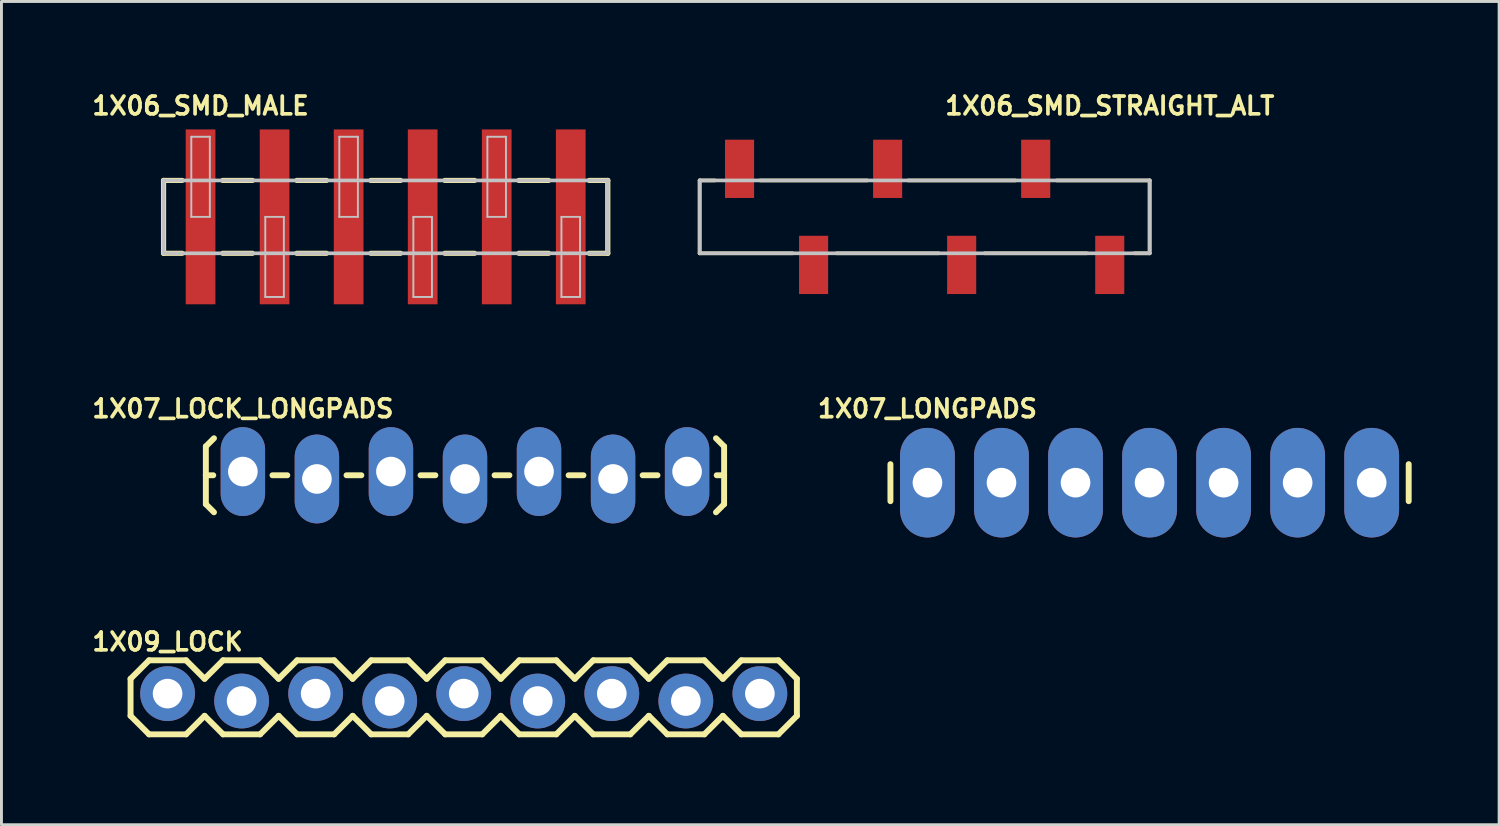
<source format=kicad_pcb>
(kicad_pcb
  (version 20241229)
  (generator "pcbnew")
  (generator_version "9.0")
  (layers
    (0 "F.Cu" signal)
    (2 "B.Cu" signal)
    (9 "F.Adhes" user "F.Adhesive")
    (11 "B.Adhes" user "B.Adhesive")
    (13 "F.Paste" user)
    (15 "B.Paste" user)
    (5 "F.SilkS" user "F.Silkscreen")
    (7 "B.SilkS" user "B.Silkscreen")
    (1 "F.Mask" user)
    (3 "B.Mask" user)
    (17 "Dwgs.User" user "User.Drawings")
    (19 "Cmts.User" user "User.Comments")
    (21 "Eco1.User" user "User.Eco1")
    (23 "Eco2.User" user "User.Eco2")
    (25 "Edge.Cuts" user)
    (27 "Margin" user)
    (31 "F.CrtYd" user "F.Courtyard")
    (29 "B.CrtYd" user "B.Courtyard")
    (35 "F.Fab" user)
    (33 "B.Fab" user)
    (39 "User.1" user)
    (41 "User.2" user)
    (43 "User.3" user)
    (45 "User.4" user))
  (footprint "1X09_LOCK"
    (layer "F.Cu")
    (at 2.699 20.873)
    (property "Reference" "1X09_LOCK" (at 0 -1.905 0) (layer "F.SilkS") (effects (font (size 0.61 0.61) (thickness 0.127))))
    (attr exclude_from_pos_files exclude_from_bom)
    (fp_line (start -1.27 -0.635) (end -1.27 0.635) (stroke (width 0.203) (type solid)) (layer "F.SilkS"))
    (fp_line (start -1.27 0.635) (end -0.635 1.27) (stroke (width 0.203) (type solid)) (layer "F.SilkS"))
    (fp_line (start -0.635 -1.27) (end -1.27 -0.635) (stroke (width 0.203) (type solid)) (layer "F.SilkS"))
    (fp_line (start -0.635 -1.27) (end 0.635 -1.27) (stroke (width 0.203) (type solid)) (layer "F.SilkS"))
    (fp_line (start 0.635 -1.27) (end 1.27 -0.635) (stroke (width 0.203) (type solid)) (layer "F.SilkS"))
    (fp_line (start 0.635 1.27) (end -0.635 1.27) (stroke (width 0.203) (type solid)) (layer "F.SilkS"))
    (fp_line (start 1.27 -0.635) (end 1.905 -1.27) (stroke (width 0.203) (type solid)) (layer "F.SilkS"))
    (fp_line (start 1.27 0.635) (end 0.635 1.27) (stroke (width 0.203) (type solid)) (layer "F.SilkS"))
    (fp_line (start 1.905 -1.27) (end 3.175 -1.27) (stroke (width 0.203) (type solid)) (layer "F.SilkS"))
    (fp_line (start 1.905 1.27) (end 1.27 0.635) (stroke (width 0.203) (type solid)) (layer "F.SilkS"))
    (fp_line (start 3.175 -1.27) (end 3.81 -0.635) (stroke (width 0.203) (type solid)) (layer "F.SilkS"))
    (fp_line (start 3.175 1.27) (end 1.905 1.27) (stroke (width 0.203) (type solid)) (layer "F.SilkS"))
    (fp_line (start 3.81 -0.635) (end 4.445 -1.27) (stroke (width 0.203) (type solid)) (layer "F.SilkS"))
    (fp_line (start 3.81 0.635) (end 3.175 1.27) (stroke (width 0.203) (type solid)) (layer "F.SilkS"))
    (fp_line (start 4.445 -1.27) (end 5.715 -1.27) (stroke (width 0.203) (type solid)) (layer "F.SilkS"))
    (fp_line (start 4.445 1.27) (end 3.81 0.635) (stroke (width 0.203) (type solid)) (layer "F.SilkS"))
    (fp_line (start 5.715 -1.27) (end 6.35 -0.635) (stroke (width 0.203) (type solid)) (layer "F.SilkS"))
    (fp_line (start 5.715 1.27) (end 4.445 1.27) (stroke (width 0.203) (type solid)) (layer "F.SilkS"))
    (fp_line (start 6.35 0.635) (end 5.715 1.27) (stroke (width 0.203) (type solid)) (layer "F.SilkS"))
    (fp_line (start 6.35 0.635) (end 6.985 1.27) (stroke (width 0.203) (type solid)) (layer "F.SilkS"))
    (fp_line (start 6.985 -1.27) (end 6.35 -0.635) (stroke (width 0.203) (type solid)) (layer "F.SilkS"))
    (fp_line (start 6.985 -1.27) (end 8.255 -1.27) (stroke (width 0.203) (type solid)) (layer "F.SilkS"))
    (fp_line (start 8.255 -1.27) (end 8.89 -0.635) (stroke (width 0.203) (type solid)) (layer "F.SilkS"))
    (fp_line (start 8.255 1.27) (end 6.985 1.27) (stroke (width 0.203) (type solid)) (layer "F.SilkS"))
    (fp_line (start 8.89 -0.635) (end 9.525 -1.27) (stroke (width 0.203) (type solid)) (layer "F.SilkS"))
    (fp_line (start 8.89 0.635) (end 8.255 1.27) (stroke (width 0.203) (type solid)) (layer "F.SilkS"))
    (fp_line (start 9.525 -1.27) (end 10.795 -1.27) (stroke (width 0.203) (type solid)) (layer "F.SilkS"))
    (fp_line (start 9.525 1.27) (end 8.89 0.635) (stroke (width 0.203) (type solid)) (layer "F.SilkS"))
    (fp_line (start 10.795 -1.27) (end 11.43 -0.635) (stroke (width 0.203) (type solid)) (layer "F.SilkS"))
    (fp_line (start 10.795 1.27) (end 9.525 1.27) (stroke (width 0.203) (type solid)) (layer "F.SilkS"))
    (fp_line (start 11.43 -0.635) (end 12.065 -1.27) (stroke (width 0.203) (type solid)) (layer "F.SilkS"))
    (fp_line (start 11.43 0.635) (end 10.795 1.27) (stroke (width 0.203) (type solid)) (layer "F.SilkS"))
    (fp_line (start 12.065 -1.27) (end 13.335 -1.27) (stroke (width 0.203) (type solid)) (layer "F.SilkS"))
    (fp_line (start 12.065 1.27) (end 11.43 0.635) (stroke (width 0.203) (type solid)) (layer "F.SilkS"))
    (fp_line (start 13.335 -1.27) (end 13.97 -0.635) (stroke (width 0.203) (type solid)) (layer "F.SilkS"))
    (fp_line (start 13.335 1.27) (end 12.065 1.27) (stroke (width 0.203) (type solid)) (layer "F.SilkS"))
    (fp_line (start 13.97 0.635) (end 13.335 1.27) (stroke (width 0.203) (type solid)) (layer "F.SilkS"))
    (fp_line (start 13.97 0.635) (end 14.605 1.27) (stroke (width 0.203) (type solid)) (layer "F.SilkS"))
    (fp_line (start 14.605 -1.27) (end 13.97 -0.635) (stroke (width 0.203) (type solid)) (layer "F.SilkS"))
    (fp_line (start 14.605 -1.27) (end 15.875 -1.27) (stroke (width 0.203) (type solid)) (layer "F.SilkS"))
    (fp_line (start 15.875 -1.27) (end 16.51 -0.635) (stroke (width 0.203) (type solid)) (layer "F.SilkS"))
    (fp_line (start 15.875 1.27) (end 14.605 1.27) (stroke (width 0.203) (type solid)) (layer "F.SilkS"))
    (fp_line (start 16.51 0.635) (end 15.875 1.27) (stroke (width 0.203) (type solid)) (layer "F.SilkS"))
    (fp_line (start 16.51 0.635) (end 17.145 1.27) (stroke (width 0.203) (type solid)) (layer "F.SilkS"))
    (fp_line (start 17.145 -1.27) (end 16.51 -0.635) (stroke (width 0.203) (type solid)) (layer "F.SilkS"))
    (fp_line (start 17.145 -1.27) (end 18.415 -1.27) (stroke (width 0.203) (type solid)) (layer "F.SilkS"))
    (fp_line (start 18.415 -1.27) (end 19.05 -0.635) (stroke (width 0.203) (type solid)) (layer "F.SilkS"))
    (fp_line (start 18.415 1.27) (end 17.145 1.27) (stroke (width 0.203) (type solid)) (layer "F.SilkS"))
    (fp_line (start 19.05 0.635) (end 18.415 1.27) (stroke (width 0.203) (type solid)) (layer "F.SilkS"))
    (fp_line (start 19.05 0.635) (end 19.685 1.27) (stroke (width 0.203) (type solid)) (layer "F.SilkS"))
    (fp_line (start 19.685 -1.27) (end 19.05 -0.635) (stroke (width 0.203) (type solid)) (layer "F.SilkS"))
    (fp_line (start 19.685 -1.27) (end 20.955 -1.27) (stroke (width 0.203) (type solid)) (layer "F.SilkS"))
    (fp_line (start 20.955 -1.27) (end 21.59 -0.635) (stroke (width 0.203) (type solid)) (layer "F.SilkS"))
    (fp_line (start 20.955 1.27) (end 19.685 1.27) (stroke (width 0.203) (type solid)) (layer "F.SilkS"))
    (fp_line (start 21.59 -0.635) (end 21.59 0.635) (stroke (width 0.203) (type solid)) (layer "F.SilkS"))
    (fp_line (start 21.59 0.635) (end 20.955 1.27) (stroke (width 0.203) (type solid)) (layer "F.SilkS"))
    (pad "1" thru_hole circle (at 0 -0.127) (size 1.88 1.88) (drill 1.016) (layers "*.Cu" "*.Mask"))
    (pad "2" thru_hole circle (at 2.54 0.127) (size 1.88 1.88) (drill 1.016) (layers "*.Cu" "*.Mask"))
    (pad "3" thru_hole circle (at 5.08 -0.127) (size 1.88 1.88) (drill 1.016) (layers "*.Cu" "*.Mask"))
    (pad "4" thru_hole circle (at 7.62 0.127) (size 1.88 1.88) (drill 1.016) (layers "*.Cu" "*.Mask"))
    (pad "5" thru_hole circle (at 10.16 -0.127) (size 1.88 1.88) (drill 1.016) (layers "*.Cu" "*.Mask"))
    (pad "6" thru_hole circle (at 12.7 0.127) (size 1.88 1.88) (drill 1.016) (layers "*.Cu" "*.Mask"))
    (pad "7" thru_hole circle (at 15.24 -0.127) (size 1.88 1.88) (drill 1.016) (layers "*.Cu" "*.Mask"))
    (pad "8" thru_hole circle (at 17.78 0.127) (size 1.88 1.88) (drill 1.016) (layers "*.Cu" "*.Mask"))
    (pad "9" thru_hole circle (at 20.32 -0.127) (size 1.88 1.88) (drill 1.016) (layers "*.Cu" "*.Mask")))
  (footprint "1X07_LONGPADS"
    (layer "F.Cu")
    (at 28.768 13.509)
    (property "Reference" "1X07_LONGPADS" (at 0 -2.54 0) (layer "F.SilkS") (effects (font (size 0.61 0.61) (thickness 0.127))))
    (attr exclude_from_pos_files exclude_from_bom)
    (fp_line (start -1.27 -0.635) (end -1.27 0.635) (stroke (width 0.203) (type solid)) (layer "F.SilkS"))
    (fp_line (start 16.51 -0.635) (end 16.51 0.635) (stroke (width 0.203) (type solid)) (layer "F.SilkS"))
    (pad "1" thru_hole oval (at 0 0 180) (size 1.88 3.759) (drill 1.016) (layers "*.Cu" "*.Mask"))
    (pad "2" thru_hole oval (at 2.54 0 180) (size 1.88 3.759) (drill 1.016) (layers "*.Cu" "*.Mask"))
    (pad "3" thru_hole oval (at 5.08 0 180) (size 1.88 3.759) (drill 1.016) (layers "*.Cu" "*.Mask"))
    (pad "4" thru_hole oval (at 7.62 0 180) (size 1.88 3.759) (drill 1.016) (layers "*.Cu" "*.Mask"))
    (pad "5" thru_hole oval (at 10.16 0 180) (size 1.88 3.759) (drill 1.016) (layers "*.Cu" "*.Mask"))
    (pad "6" thru_hole oval (at 12.7 0 180) (size 1.88 3.759) (drill 1.016) (layers "*.Cu" "*.Mask"))
    (pad "7" thru_hole oval (at 15.24 0 180) (size 1.88 3.759) (drill 1.016) (layers "*.Cu" "*.Mask")))
  (footprint "1X06_SMD_STRAIGHT_ALT"
    (layer "F.Cu")
    (at 35.022 4.39)
    (property "Reference" "1X06_SMD_STRAIGHT_ALT" (at 0 -3.81 0) (layer "F.SilkS") (effects (font (size 0.61 0.61) (thickness 0.127))))
    (attr smd)
    (fp_line (start -14.069 -1.25) (end -14.069 1.25) (stroke (width 0.127) (type solid)) (layer "F.SilkS"))
    (fp_line (start -14.069 1.25) (end -10.881 1.25) (stroke (width 0.127) (type solid)) (layer "F.SilkS"))
    (fp_line (start -13.548 -1.25) (end -14.069 -1.25) (stroke (width 0.127) (type solid)) (layer "F.SilkS"))
    (fp_line (start -9.37 1.25) (end -5.867 1.25) (stroke (width 0.127) (type solid)) (layer "F.SilkS"))
    (fp_line (start -8.321 -1.25) (end -11.996 -1.25) (stroke (width 0.127) (type solid)) (layer "F.SilkS"))
    (fp_line (start -4.29 1.25) (end -0.787 1.25) (stroke (width 0.127) (type solid)) (layer "F.SilkS"))
    (fp_line (start -3.241 -1.25) (end -6.916 -1.25) (stroke (width 0.127) (type solid)) (layer "F.SilkS"))
    (fp_line (start 0.848 1.25) (end 1.369 1.25) (stroke (width 0.127) (type solid)) (layer "F.SilkS"))
    (fp_line (start 1.369 -1.25) (end -1.816 -1.25) (stroke (width 0.127) (type solid)) (layer "F.SilkS"))
    (fp_line (start 1.369 1.25) (end 1.369 -1.25) (stroke (width 0.127) (type solid)) (layer "F.SilkS"))
    (fp_line (start -14.069 -1.25) (end -14.069 1.25) (stroke (width 0.127) (type solid)) (layer "Dwgs.User"))
    (fp_line (start -14.069 1.25) (end 1.369 1.25) (stroke (width 0.127) (type solid)) (layer "Dwgs.User"))
    (fp_line (start 1.369 -1.25) (end -14.069 -1.25) (stroke (width 0.127) (type solid)) (layer "Dwgs.User"))
    (fp_line (start 1.369 1.25) (end 1.369 -1.25) (stroke (width 0.127) (type solid)) (layer "Dwgs.User"))
    (pad "1" smd rect (at 0 1.648 270) (size 1.999 0.998) (layers "F.Cu" "F.Mask" "F.Paste"))
    (pad "2" smd rect (at -2.54 -1.648 270) (size 1.999 0.998) (layers "F.Cu" "F.Mask" "F.Paste"))
    (pad "3" smd rect (at -5.08 1.648 270) (size 1.999 0.998) (layers "F.Cu" "F.Mask" "F.Paste"))
    (pad "4" smd rect (at -7.62 -1.648 270) (size 1.999 0.998) (layers "F.Cu" "F.Mask" "F.Paste"))
    (pad "5" smd rect (at -10.16 1.648 270) (size 1.999 0.998) (layers "F.Cu" "F.Mask" "F.Paste"))
    (pad "6" smd rect (at -12.7 -1.648 270) (size 1.999 0.998) (layers "F.Cu" "F.Mask" "F.Paste")))
  (footprint "1X06_SMD_MALE"
    (layer "F.Cu")
    (at 3.831 4.39)
    (property "Reference" "1X06_SMD_MALE" (at 0 -3.81 0) (layer "F.SilkS") (effects (font (size 0.61 0.61) (thickness 0.127))))
    (attr smd)
    (fp_line (start -1.27 -1.25) (end -1.27 1.25) (stroke (width 0.178) (type solid)) (layer "F.SilkS"))
    (fp_line (start -1.27 -1.25) (end -0.635 -1.25) (stroke (width 0.178) (type solid)) (layer "F.SilkS"))
    (fp_line (start -1.27 1.25) (end -0.635 1.25) (stroke (width 0.178) (type solid)) (layer "F.SilkS"))
    (fp_line (start 0.762 -1.25) (end 1.778 -1.25) (stroke (width 0.178) (type solid)) (layer "F.SilkS"))
    (fp_line (start 1.778 1.25) (end 0.762 1.25) (stroke (width 0.178) (type solid)) (layer "F.SilkS"))
    (fp_line (start 3.302 -1.25) (end 4.318 -1.25) (stroke (width 0.178) (type solid)) (layer "F.SilkS"))
    (fp_line (start 4.318 1.25) (end 3.302 1.25) (stroke (width 0.178) (type solid)) (layer "F.SilkS"))
    (fp_line (start 5.842 -1.25) (end 6.858 -1.25) (stroke (width 0.178) (type solid)) (layer "F.SilkS"))
    (fp_line (start 6.858 1.25) (end 5.842 1.25) (stroke (width 0.178) (type solid)) (layer "F.SilkS"))
    (fp_line (start 8.382 -1.25) (end 9.398 -1.25) (stroke (width 0.178) (type solid)) (layer "F.SilkS"))
    (fp_line (start 9.398 1.25) (end 8.382 1.25) (stroke (width 0.178) (type solid)) (layer "F.SilkS"))
    (fp_line (start 10.922 -1.25) (end 11.938 -1.25) (stroke (width 0.178) (type solid)) (layer "F.SilkS"))
    (fp_line (start 11.938 1.25) (end 10.922 1.25) (stroke (width 0.178) (type solid)) (layer "F.SilkS"))
    (fp_line (start 13.97 -1.25) (end 13.335 -1.25) (stroke (width 0.178) (type solid)) (layer "F.SilkS"))
    (fp_line (start 13.97 1.25) (end 13.335 1.25) (stroke (width 0.178) (type solid)) (layer "F.SilkS"))
    (fp_line (start 13.97 1.25) (end 13.97 -1.25) (stroke (width 0.178) (type solid)) (layer "F.SilkS"))
    (fp_line (start -1.27 -1.25) (end -1.27 1.25) (stroke (width 0.127) (type solid)) (layer "Dwgs.User"))
    (fp_line (start -1.27 1.25) (end 13.97 1.25) (stroke (width 0.127) (type solid)) (layer "Dwgs.User"))
    (fp_line (start -0.318 -2.748) (end 0.318 -2.748) (stroke (width 0.066) (type solid)) (layer "Dwgs.User"))
    (fp_line (start -0.318 0) (end -0.318 -2.748) (stroke (width 0.066) (type solid)) (layer "Dwgs.User"))
    (fp_line (start -0.318 0) (end 0.318 0) (stroke (width 0.066) (type solid)) (layer "Dwgs.User"))
    (fp_line (start 0.318 0) (end 0.318 -2.748) (stroke (width 0.066) (type solid)) (layer "Dwgs.User"))
    (fp_line (start 2.22 0) (end 2.857 0) (stroke (width 0.066) (type solid)) (layer "Dwgs.User"))
    (fp_line (start 2.22 2.748) (end 2.22 0) (stroke (width 0.066) (type solid)) (layer "Dwgs.User"))
    (fp_line (start 2.22 2.748) (end 2.857 2.748) (stroke (width 0.066) (type solid)) (layer "Dwgs.User"))
    (fp_line (start 2.857 2.748) (end 2.857 0) (stroke (width 0.066) (type solid)) (layer "Dwgs.User"))
    (fp_line (start 4.76 -2.748) (end 5.397 -2.748) (stroke (width 0.066) (type solid)) (layer "Dwgs.User"))
    (fp_line (start 4.76 0) (end 4.76 -2.748) (stroke (width 0.066) (type solid)) (layer "Dwgs.User"))
    (fp_line (start 4.76 0) (end 5.397 0) (stroke (width 0.066) (type solid)) (layer "Dwgs.User"))
    (fp_line (start 5.397 0) (end 5.397 -2.748) (stroke (width 0.066) (type solid)) (layer "Dwgs.User"))
    (fp_line (start 7.3 0) (end 7.938 0) (stroke (width 0.066) (type solid)) (layer "Dwgs.User"))
    (fp_line (start 7.3 2.748) (end 7.3 0) (stroke (width 0.066) (type solid)) (layer "Dwgs.User"))
    (fp_line (start 7.3 2.748) (end 7.938 2.748) (stroke (width 0.066) (type solid)) (layer "Dwgs.User"))
    (fp_line (start 7.938 2.748) (end 7.938 0) (stroke (width 0.066) (type solid)) (layer "Dwgs.User"))
    (fp_line (start 9.84 -2.748) (end 10.477 -2.748) (stroke (width 0.066) (type solid)) (layer "Dwgs.User"))
    (fp_line (start 9.84 0) (end 9.84 -2.748) (stroke (width 0.066) (type solid)) (layer "Dwgs.User"))
    (fp_line (start 9.84 0) (end 10.477 0) (stroke (width 0.066) (type solid)) (layer "Dwgs.User"))
    (fp_line (start 10.477 0) (end 10.477 -2.748) (stroke (width 0.066) (type solid)) (layer "Dwgs.User"))
    (fp_line (start 12.38 0) (end 13.018 0) (stroke (width 0.066) (type solid)) (layer "Dwgs.User"))
    (fp_line (start 12.38 2.748) (end 12.38 0) (stroke (width 0.066) (type solid)) (layer "Dwgs.User"))
    (fp_line (start 12.38 2.748) (end 13.018 2.748) (stroke (width 0.066) (type solid)) (layer "Dwgs.User"))
    (fp_line (start 13.018 2.748) (end 13.018 0) (stroke (width 0.066) (type solid)) (layer "Dwgs.User"))
    (fp_line (start 13.97 -1.25) (end -1.27 -1.25) (stroke (width 0.127) (type solid)) (layer "Dwgs.User"))
    (fp_line (start 13.97 1.25) (end 13.97 -1.25) (stroke (width 0.127) (type solid)) (layer "Dwgs.User"))
    (pad "1" smd rect (at 0 0) (size 1.019 5.999) (layers "F.Cu" "F.Mask" "F.Paste"))
    (pad "2" smd rect (at 2.54 0) (size 1.019 5.999) (layers "F.Cu" "F.Mask" "F.Paste"))
    (pad "3" smd rect (at 5.08 0) (size 1.019 5.999) (layers "F.Cu" "F.Mask" "F.Paste"))
    (pad "4" smd rect (at 7.62 0) (size 1.019 5.999) (layers "F.Cu" "F.Mask" "F.Paste"))
    (pad "5" smd rect (at 10.16 0) (size 1.019 5.999) (layers "F.Cu" "F.Mask" "F.Paste"))
    (pad "6" smd rect (at 12.7 0) (size 1.019 5.999) (layers "F.Cu" "F.Mask" "F.Paste")))
  (footprint "1X07_LOCK_LONGPADS"
    (layer "F.Cu")
    (at 5.282 13.255)
    (property "Reference" "1X07_LOCK_LONGPADS" (at 0 -2.286 0) (layer "F.SilkS") (effects (font (size 0.61 0.61) (thickness 0.127))))
    (attr exclude_from_pos_files exclude_from_bom)
    (fp_line (start -1.27 -0.991) (end -0.991 -1.27) (stroke (width 0.203) (type solid)) (layer "F.SilkS"))
    (fp_line (start -1.27 0) (end -1.27 -0.991) (stroke (width 0.203) (type solid)) (layer "F.SilkS"))
    (fp_line (start -1.27 0) (end -1.27 0.991) (stroke (width 0.203) (type solid)) (layer "F.SilkS"))
    (fp_line (start -1.27 0) (end -1.016 0) (stroke (width 0.203) (type solid)) (layer "F.SilkS"))
    (fp_line (start -1.27 0.991) (end -0.991 1.27) (stroke (width 0.203) (type solid)) (layer "F.SilkS"))
    (fp_line (start 1.524 0) (end 1.016 0) (stroke (width 0.203) (type solid)) (layer "F.SilkS"))
    (fp_line (start 4.064 0) (end 3.556 0) (stroke (width 0.203) (type solid)) (layer "F.SilkS"))
    (fp_line (start 6.604 0) (end 6.096 0) (stroke (width 0.203) (type solid)) (layer "F.SilkS"))
    (fp_line (start 9.144 0) (end 8.636 0) (stroke (width 0.203) (type solid)) (layer "F.SilkS"))
    (fp_line (start 11.684 0) (end 11.176 0) (stroke (width 0.203) (type solid)) (layer "F.SilkS"))
    (fp_line (start 14.224 0) (end 13.716 0) (stroke (width 0.203) (type solid)) (layer "F.SilkS"))
    (fp_line (start 16.51 -0.991) (end 16.231 -1.27) (stroke (width 0.203) (type solid)) (layer "F.SilkS"))
    (fp_line (start 16.51 0) (end 16.256 0) (stroke (width 0.203) (type solid)) (layer "F.SilkS"))
    (fp_line (start 16.51 0) (end 16.51 -0.991) (stroke (width 0.203) (type solid)) (layer "F.SilkS"))
    (fp_line (start 16.51 0) (end 16.51 0.991) (stroke (width 0.203) (type solid)) (layer "F.SilkS"))
    (fp_line (start 16.51 0.991) (end 16.231 1.27) (stroke (width 0.203) (type solid)) (layer "F.SilkS"))
    (pad "1" thru_hole oval (at 0 -0.127 180) (size 1.524 3.048) (drill 1.016) (layers "*.Cu" "*.Mask"))
    (pad "2" thru_hole oval (at 2.54 0.127 180) (size 1.524 3.048) (drill 1.016) (layers "*.Cu" "*.Mask"))
    (pad "3" thru_hole oval (at 5.08 -0.127 180) (size 1.524 3.048) (drill 1.016) (layers "*.Cu" "*.Mask"))
    (pad "4" thru_hole oval (at 7.62 0.127 180) (size 1.524 3.048) (drill 1.016) (layers "*.Cu" "*.Mask"))
    (pad "5" thru_hole oval (at 10.16 -0.127 180) (size 1.524 3.048) (drill 1.016) (layers "*.Cu" "*.Mask"))
    (pad "6" thru_hole oval (at 12.7 0.127 180) (size 1.524 3.048) (drill 1.016) (layers "*.Cu" "*.Mask"))
    (pad "7" thru_hole oval (at 15.24 -0.127 180) (size 1.524 3.048) (drill 1.016) (layers "*.Cu" "*.Mask")))
  (gr_rect
    (start -3 -3)
    (end 48.38 25.244)
    (stroke (width 0.1) (type default))
    (fill no)
    (layer "Edge.Cuts")))
</source>
